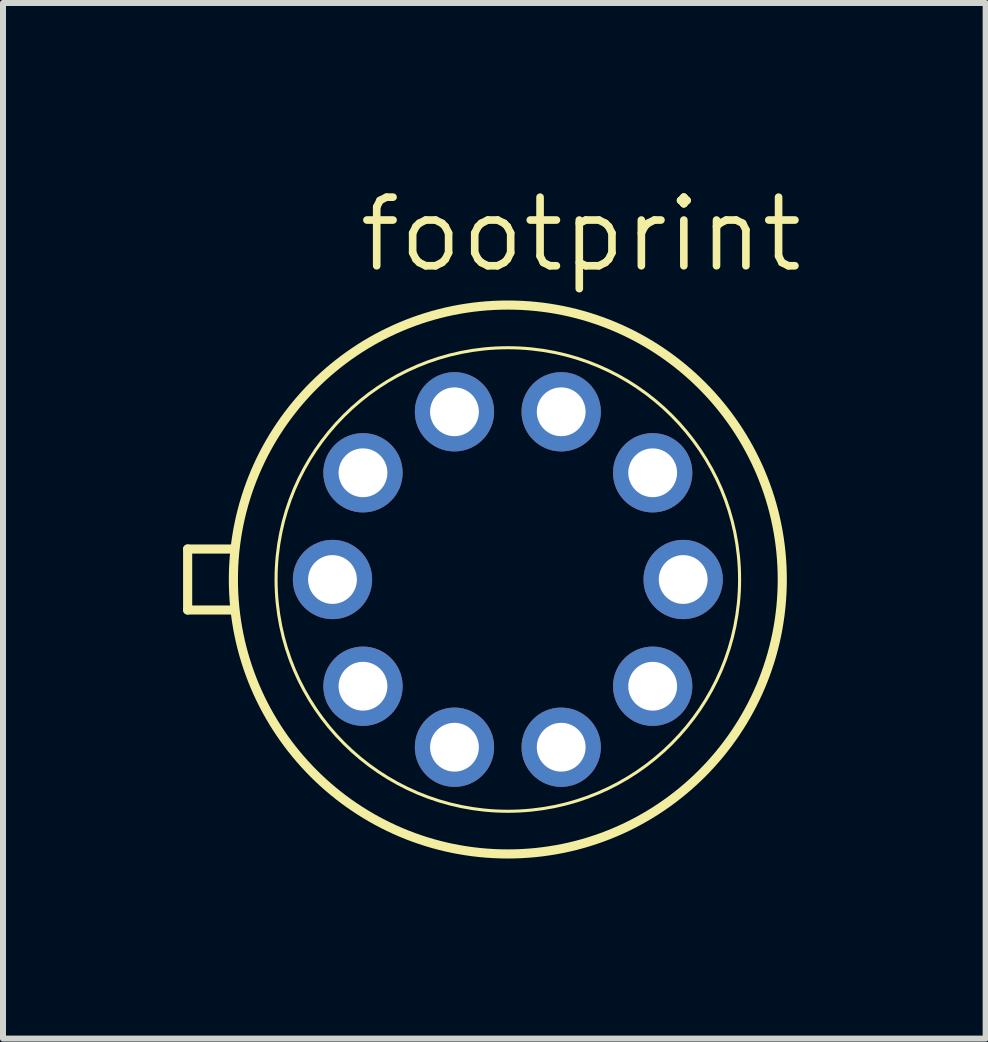
<source format=kicad_pcb>
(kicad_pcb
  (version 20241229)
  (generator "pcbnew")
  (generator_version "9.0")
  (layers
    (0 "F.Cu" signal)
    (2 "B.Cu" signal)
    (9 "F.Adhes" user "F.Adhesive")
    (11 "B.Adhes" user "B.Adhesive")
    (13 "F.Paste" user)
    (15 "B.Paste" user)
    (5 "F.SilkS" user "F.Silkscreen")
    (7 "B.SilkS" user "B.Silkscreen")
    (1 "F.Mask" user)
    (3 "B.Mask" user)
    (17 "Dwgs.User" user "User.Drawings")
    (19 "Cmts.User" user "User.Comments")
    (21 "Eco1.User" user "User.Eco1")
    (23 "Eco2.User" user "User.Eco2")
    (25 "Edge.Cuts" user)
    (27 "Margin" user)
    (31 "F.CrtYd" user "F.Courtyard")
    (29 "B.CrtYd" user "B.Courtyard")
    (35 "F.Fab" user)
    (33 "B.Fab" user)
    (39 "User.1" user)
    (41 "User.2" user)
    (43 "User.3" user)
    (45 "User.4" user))
  (footprint "footprint"
    (layer "F.Cu")
    (at 5.41 6.604)
    (property "Reference" "footprint" (at -2.54 -5.08 0) (layer "F.SilkS") (effects (font (size 1.143 1.143) (thickness 0.127)) (justify left bottom)))
    (fp_line (start -5.334 0.508) (end -5.334 -0.508) (stroke (width 0.152) (type solid)) (layer "F.SilkS"))
    (fp_line (start -5.334 0.508) (end -4.572 0.508) (stroke (width 0.152) (type solid)) (layer "F.SilkS"))
    (fp_line (start -4.572 -0.508) (end -5.334 -0.508) (stroke (width 0.152) (type solid)) (layer "F.SilkS"))
    (fp_circle (center 0 0) (end 3.861 0) (stroke (width 0.051) (type solid)) (fill no) (layer "F.SilkS"))
    (fp_circle (center 0 0) (end 4.572 0) (stroke (width 0.152) (type solid)) (fill no) (layer "F.SilkS"))
    (pad "1" thru_hole circle (at -2.413 1.778) (size 1.321 1.321) (drill 0.813) (layers "*.Cu" "*.Mask"))
    (pad "2" thru_hole circle (at -0.889 2.794) (size 1.321 1.321) (drill 0.813) (layers "*.Cu" "*.Mask"))
    (pad "3" thru_hole circle (at 0.889 2.794) (size 1.321 1.321) (drill 0.813) (layers "*.Cu" "*.Mask"))
    (pad "4" thru_hole circle (at 2.413 1.778) (size 1.321 1.321) (drill 0.813) (layers "*.Cu" "*.Mask"))
    (pad "5" thru_hole circle (at 2.921 0) (size 1.321 1.321) (drill 0.813) (layers "*.Cu" "*.Mask"))
    (pad "6" thru_hole circle (at 2.413 -1.778) (size 1.321 1.321) (drill 0.813) (layers "*.Cu" "*.Mask"))
    (pad "7" thru_hole circle (at 0.889 -2.794) (size 1.321 1.321) (drill 0.813) (layers "*.Cu" "*.Mask"))
    (pad "8" thru_hole circle (at -0.889 -2.794) (size 1.321 1.321) (drill 0.813) (layers "*.Cu" "*.Mask"))
    (pad "9" thru_hole circle (at -2.413 -1.778) (size 1.321 1.321) (drill 0.813) (layers "*.Cu" "*.Mask"))
    (pad "10" thru_hole circle (at -2.921 0) (size 1.321 1.321) (drill 0.813) (layers "*.Cu" "*.Mask")))
  (gr_rect
    (start -3 -3)
    (end 13.37 14.252)
    (stroke (width 0.1) (type default))
    (fill no)
    (layer "Edge.Cuts")))
</source>
